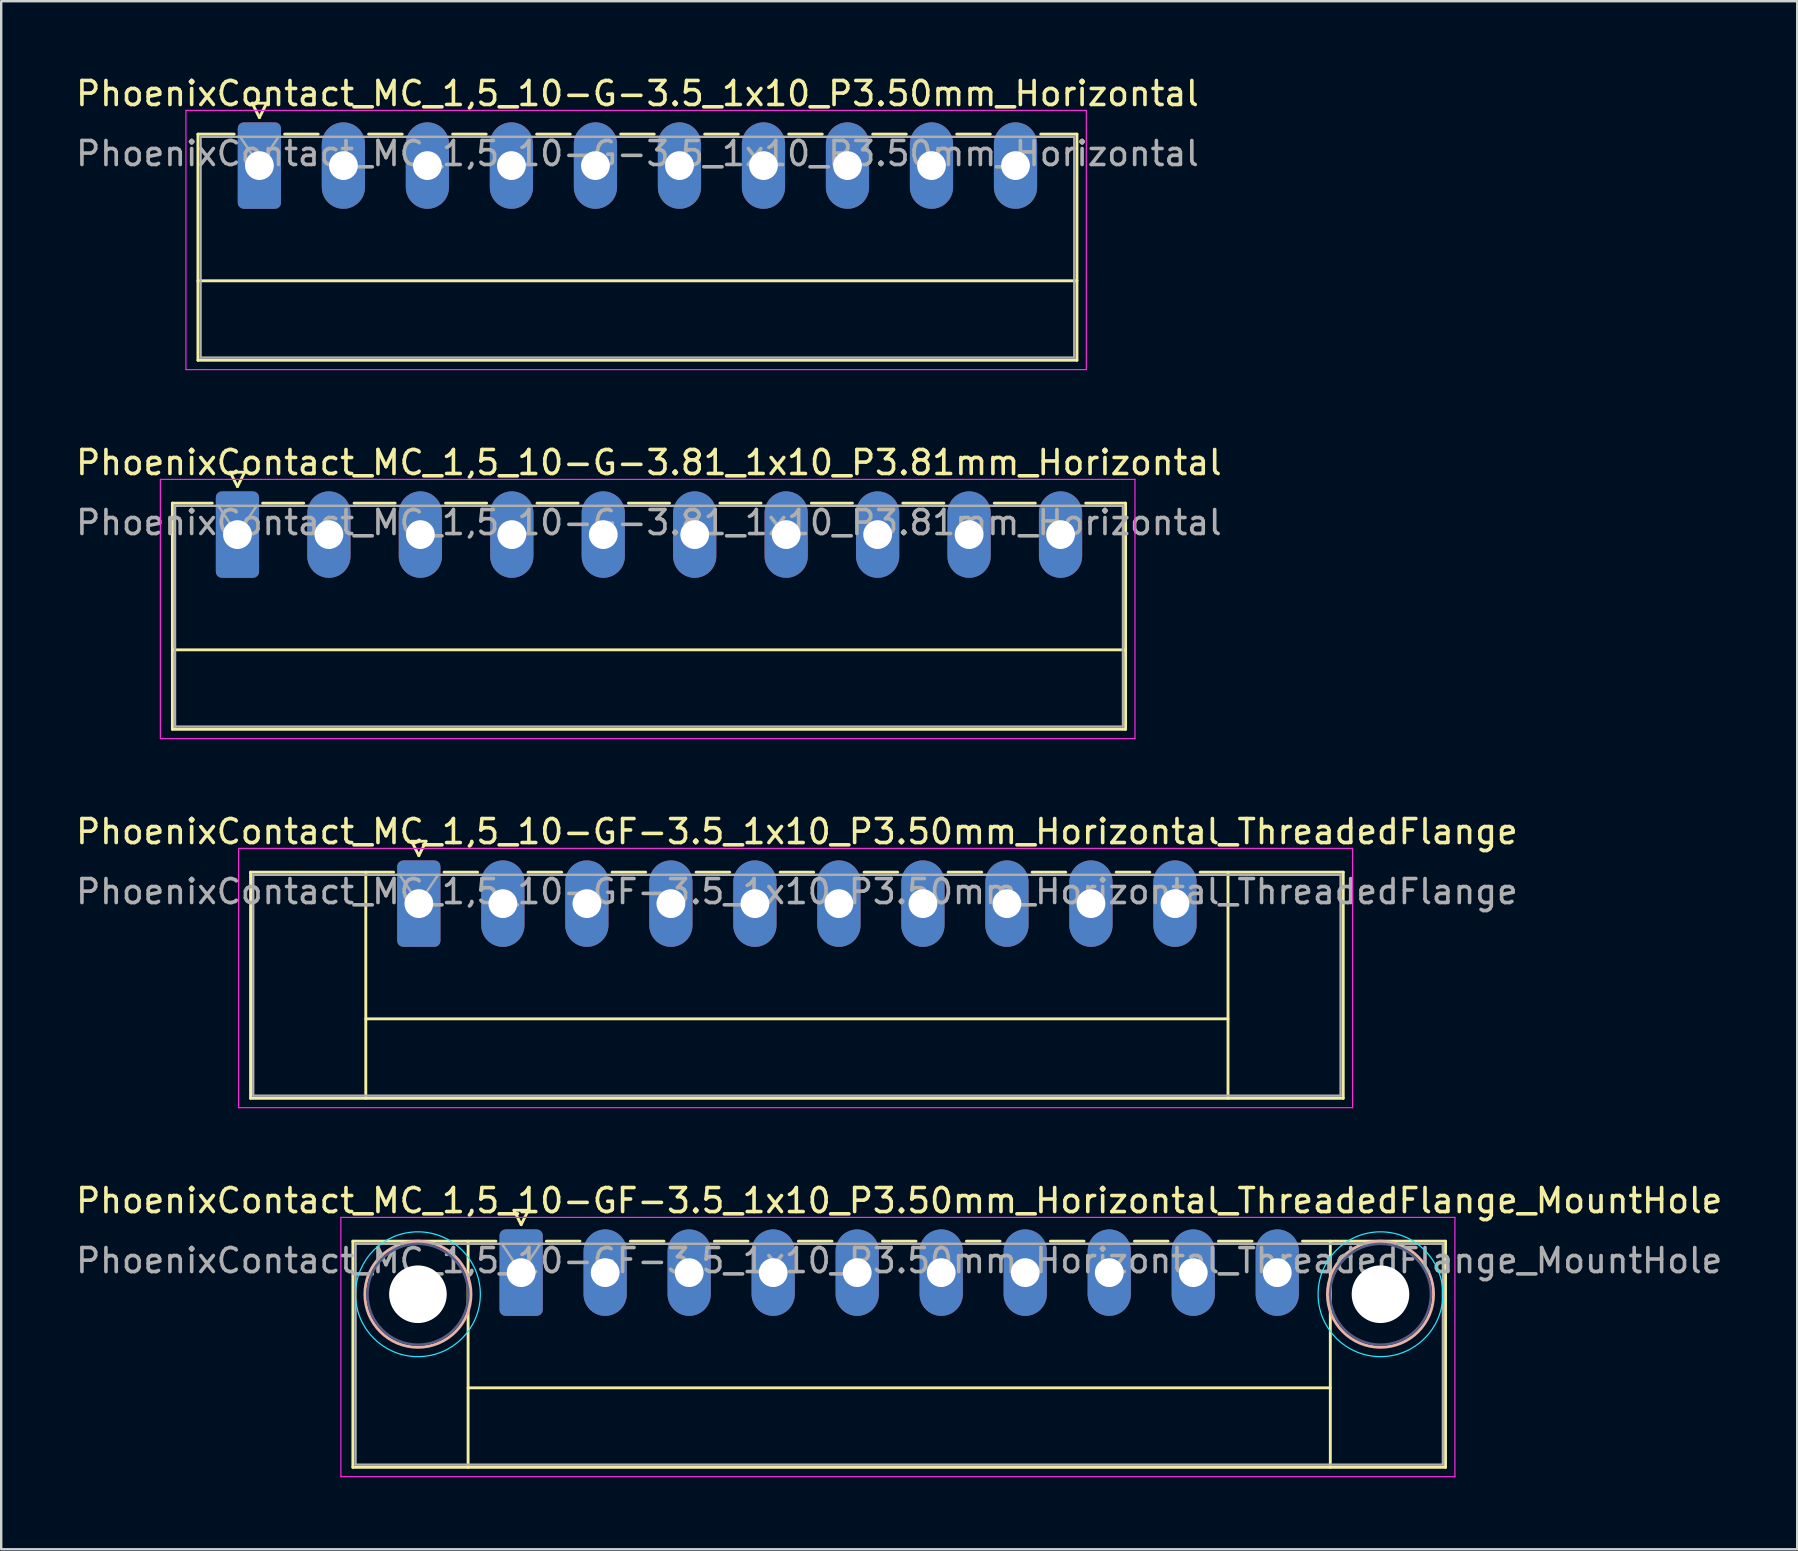
<source format=kicad_pcb>
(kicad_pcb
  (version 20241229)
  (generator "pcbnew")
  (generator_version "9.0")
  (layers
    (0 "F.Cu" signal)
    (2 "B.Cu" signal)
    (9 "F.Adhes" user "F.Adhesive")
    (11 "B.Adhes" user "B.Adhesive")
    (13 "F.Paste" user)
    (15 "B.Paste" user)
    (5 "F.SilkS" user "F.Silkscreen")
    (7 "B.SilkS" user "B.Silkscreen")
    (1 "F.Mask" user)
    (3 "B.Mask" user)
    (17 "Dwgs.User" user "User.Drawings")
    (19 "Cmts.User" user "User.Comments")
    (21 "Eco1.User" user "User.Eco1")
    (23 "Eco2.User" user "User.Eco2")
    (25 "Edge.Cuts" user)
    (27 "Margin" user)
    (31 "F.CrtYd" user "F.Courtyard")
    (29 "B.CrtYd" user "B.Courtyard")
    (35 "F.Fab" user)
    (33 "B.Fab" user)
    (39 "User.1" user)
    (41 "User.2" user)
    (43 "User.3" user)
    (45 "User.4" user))
  (footprint "PhoenixContact_MC_1,5_10-GF-3.5_1x10_P3.50mm_Horizontal_ThreadedFlange"
    (layer "F.Cu")
    (at 14.399 34.595)
    (property "Reference" "PhoenixContact_MC_1,5_10-GF-3.5_1x10_P3.50mm_Horizontal_ThreadedFlange" (at 15.75 -3 0) (layer "F.SilkS") (effects (font (size 1 1) (thickness 0.15))))
    (attr through_hole)
    (fp_line (start -7.01 -1.31) (end -7.01 8.11) (stroke (width 0.12) (type solid)) (layer "F.SilkS"))
    (fp_line (start -7.01 -1.31) (end -1.05 -1.31) (stroke (width 0.12) (type solid)) (layer "F.SilkS"))
    (fp_line (start -7.01 8.11) (end 38.51 8.11) (stroke (width 0.12) (type solid)) (layer "F.SilkS"))
    (fp_line (start -2.21 -1.31) (end -2.21 8.11) (stroke (width 0.12) (type solid)) (layer "F.SilkS"))
    (fp_line (start -2.21 4.8) (end 33.71 4.8) (stroke (width 0.12) (type solid)) (layer "F.SilkS"))
    (fp_line (start -0.3 -2.6) (end 0.3 -2.6) (stroke (width 0.12) (type solid)) (layer "F.SilkS"))
    (fp_line (start 0 -2) (end -0.3 -2.6) (stroke (width 0.12) (type solid)) (layer "F.SilkS"))
    (fp_line (start 0.3 -2.6) (end 0 -2) (stroke (width 0.12) (type solid)) (layer "F.SilkS"))
    (fp_line (start 1.05 -1.31) (end 2.45 -1.31) (stroke (width 0.12) (type solid)) (layer "F.SilkS"))
    (fp_line (start 4.55 -1.31) (end 5.95 -1.31) (stroke (width 0.12) (type solid)) (layer "F.SilkS"))
    (fp_line (start 8.05 -1.31) (end 9.45 -1.31) (stroke (width 0.12) (type solid)) (layer "F.SilkS"))
    (fp_line (start 11.55 -1.31) (end 12.95 -1.31) (stroke (width 0.12) (type solid)) (layer "F.SilkS"))
    (fp_line (start 15.05 -1.31) (end 16.45 -1.31) (stroke (width 0.12) (type solid)) (layer "F.SilkS"))
    (fp_line (start 18.55 -1.31) (end 19.95 -1.31) (stroke (width 0.12) (type solid)) (layer "F.SilkS"))
    (fp_line (start 22.05 -1.31) (end 23.45 -1.31) (stroke (width 0.12) (type solid)) (layer "F.SilkS"))
    (fp_line (start 25.55 -1.31) (end 26.95 -1.31) (stroke (width 0.12) (type solid)) (layer "F.SilkS"))
    (fp_line (start 29.05 -1.31) (end 30.45 -1.31) (stroke (width 0.12) (type solid)) (layer "F.SilkS"))
    (fp_line (start 33.71 -1.31) (end 33.71 8.11) (stroke (width 0.12) (type solid)) (layer "F.SilkS"))
    (fp_line (start 38.51 -1.31) (end 32.55 -1.31) (stroke (width 0.12) (type solid)) (layer "F.SilkS"))
    (fp_line (start 38.51 8.11) (end 38.51 -1.31) (stroke (width 0.12) (type solid)) (layer "F.SilkS"))
    (fp_line (start -7.51 -2.3) (end -7.51 8.5) (stroke (width 0.05) (type solid)) (layer "F.CrtYd"))
    (fp_line (start -7.51 8.5) (end 38.9 8.5) (stroke (width 0.05) (type solid)) (layer "F.CrtYd"))
    (fp_line (start 38.9 -2.3) (end -7.51 -2.3) (stroke (width 0.05) (type solid)) (layer "F.CrtYd"))
    (fp_line (start 38.9 8.5) (end 38.9 -2.3) (stroke (width 0.05) (type solid)) (layer "F.CrtYd"))
    (fp_line (start -6.9 -1.2) (end -6.9 8) (stroke (width 0.1) (type solid)) (layer "F.Fab"))
    (fp_line (start -6.9 8) (end 38.4 8) (stroke (width 0.1) (type solid)) (layer "F.Fab"))
    (fp_line (start 0 0) (end -0.8 -1.2) (stroke (width 0.1) (type solid)) (layer "F.Fab"))
    (fp_line (start 0.8 -1.2) (end 0 0) (stroke (width 0.1) (type solid)) (layer "F.Fab"))
    (fp_line (start 38.4 -1.2) (end -6.9 -1.2) (stroke (width 0.1) (type solid)) (layer "F.Fab"))
    (fp_line (start 38.4 8) (end 38.4 -1.2) (stroke (width 0.1) (type solid)) (layer "F.Fab"))
    (fp_text user "${REFERENCE}" (at 15.75 -0.5 0) (layer "F.Fab") (effects (font (size 1 1) (thickness 0.15))))
    (pad "1" thru_hole roundrect (at 0 0) (size 1.8 3.6) (drill 1.2) (layers "*.Cu" "*.Mask") (roundrect_rratio 0.139))
    (pad "2" thru_hole oval (at 3.5 0) (size 1.8 3.6) (drill 1.2) (layers "*.Cu" "*.Mask"))
    (pad "3" thru_hole oval (at 7 0) (size 1.8 3.6) (drill 1.2) (layers "*.Cu" "*.Mask"))
    (pad "4" thru_hole oval (at 10.5 0) (size 1.8 3.6) (drill 1.2) (layers "*.Cu" "*.Mask"))
    (pad "5" thru_hole oval (at 14 0) (size 1.8 3.6) (drill 1.2) (layers "*.Cu" "*.Mask"))
    (pad "6" thru_hole oval (at 17.5 0) (size 1.8 3.6) (drill 1.2) (layers "*.Cu" "*.Mask"))
    (pad "7" thru_hole oval (at 21 0) (size 1.8 3.6) (drill 1.2) (layers "*.Cu" "*.Mask"))
    (pad "8" thru_hole oval (at 24.5 0) (size 1.8 3.6) (drill 1.2) (layers "*.Cu" "*.Mask"))
    (pad "9" thru_hole oval (at 28 0) (size 1.8 3.6) (drill 1.2) (layers "*.Cu" "*.Mask"))
    (pad "10" thru_hole oval (at 31.5 0) (size 1.8 3.6) (drill 1.2) (layers "*.Cu" "*.Mask")))
  (footprint "PhoenixContact_MC_1,5_10-G-3.81_1x10_P3.81mm_Horizontal"
    (layer "F.Cu")
    (at 6.842 19.221)
    (property "Reference" "PhoenixContact_MC_1,5_10-G-3.81_1x10_P3.81mm_Horizontal" (at 17.14 -3 0) (layer "F.SilkS") (effects (font (size 1 1) (thickness 0.15))))
    (attr through_hole)
    (fp_line (start -2.71 -1.31) (end -2.71 8.11) (stroke (width 0.12) (type solid)) (layer "F.SilkS"))
    (fp_line (start -2.71 -1.31) (end -1.05 -1.31) (stroke (width 0.12) (type solid)) (layer "F.SilkS"))
    (fp_line (start -2.71 4.8) (end 37 4.8) (stroke (width 0.12) (type solid)) (layer "F.SilkS"))
    (fp_line (start -2.71 8.11) (end 37 8.11) (stroke (width 0.12) (type solid)) (layer "F.SilkS"))
    (fp_line (start -0.3 -2.6) (end 0.3 -2.6) (stroke (width 0.12) (type solid)) (layer "F.SilkS"))
    (fp_line (start 0 -2) (end -0.3 -2.6) (stroke (width 0.12) (type solid)) (layer "F.SilkS"))
    (fp_line (start 0.3 -2.6) (end 0 -2) (stroke (width 0.12) (type solid)) (layer "F.SilkS"))
    (fp_line (start 1.05 -1.31) (end 2.76 -1.31) (stroke (width 0.12) (type solid)) (layer "F.SilkS"))
    (fp_line (start 4.86 -1.31) (end 6.57 -1.31) (stroke (width 0.12) (type solid)) (layer "F.SilkS"))
    (fp_line (start 8.67 -1.31) (end 10.38 -1.31) (stroke (width 0.12) (type solid)) (layer "F.SilkS"))
    (fp_line (start 12.48 -1.31) (end 14.19 -1.31) (stroke (width 0.12) (type solid)) (layer "F.SilkS"))
    (fp_line (start 16.29 -1.31) (end 18 -1.31) (stroke (width 0.12) (type solid)) (layer "F.SilkS"))
    (fp_line (start 20.1 -1.31) (end 21.81 -1.31) (stroke (width 0.12) (type solid)) (layer "F.SilkS"))
    (fp_line (start 23.91 -1.31) (end 25.62 -1.31) (stroke (width 0.12) (type solid)) (layer "F.SilkS"))
    (fp_line (start 27.72 -1.31) (end 29.43 -1.31) (stroke (width 0.12) (type solid)) (layer "F.SilkS"))
    (fp_line (start 31.53 -1.31) (end 33.24 -1.31) (stroke (width 0.12) (type solid)) (layer "F.SilkS"))
    (fp_line (start 37 -1.31) (end 35.34 -1.31) (stroke (width 0.12) (type solid)) (layer "F.SilkS"))
    (fp_line (start 37 8.11) (end 37 -1.31) (stroke (width 0.12) (type solid)) (layer "F.SilkS"))
    (fp_line (start -3.21 -2.3) (end -3.21 8.5) (stroke (width 0.05) (type solid)) (layer "F.CrtYd"))
    (fp_line (start -3.21 8.5) (end 37.39 8.5) (stroke (width 0.05) (type solid)) (layer "F.CrtYd"))
    (fp_line (start 37.39 -2.3) (end -3.21 -2.3) (stroke (width 0.05) (type solid)) (layer "F.CrtYd"))
    (fp_line (start 37.39 8.5) (end 37.39 -2.3) (stroke (width 0.05) (type solid)) (layer "F.CrtYd"))
    (fp_line (start -2.6 -1.2) (end -2.6 8) (stroke (width 0.1) (type solid)) (layer "F.Fab"))
    (fp_line (start -2.6 8) (end 36.89 8) (stroke (width 0.1) (type solid)) (layer "F.Fab"))
    (fp_line (start 0 0) (end -0.8 -1.2) (stroke (width 0.1) (type solid)) (layer "F.Fab"))
    (fp_line (start 0.8 -1.2) (end 0 0) (stroke (width 0.1) (type solid)) (layer "F.Fab"))
    (fp_line (start 36.89 -1.2) (end -2.6 -1.2) (stroke (width 0.1) (type solid)) (layer "F.Fab"))
    (fp_line (start 36.89 8) (end 36.89 -1.2) (stroke (width 0.1) (type solid)) (layer "F.Fab"))
    (fp_text user "${REFERENCE}" (at 17.14 -0.5 0) (layer "F.Fab") (effects (font (size 1 1) (thickness 0.15))))
    (pad "1" thru_hole roundrect (at 0 0) (size 1.8 3.6) (drill 1.2) (layers "*.Cu" "*.Mask") (roundrect_rratio 0.139))
    (pad "2" thru_hole oval (at 3.81 0) (size 1.8 3.6) (drill 1.2) (layers "*.Cu" "*.Mask"))
    (pad "3" thru_hole oval (at 7.62 0) (size 1.8 3.6) (drill 1.2) (layers "*.Cu" "*.Mask"))
    (pad "4" thru_hole oval (at 11.43 0) (size 1.8 3.6) (drill 1.2) (layers "*.Cu" "*.Mask"))
    (pad "5" thru_hole oval (at 15.24 0) (size 1.8 3.6) (drill 1.2) (layers "*.Cu" "*.Mask"))
    (pad "6" thru_hole oval (at 19.05 0) (size 1.8 3.6) (drill 1.2) (layers "*.Cu" "*.Mask"))
    (pad "7" thru_hole oval (at 22.86 0) (size 1.8 3.6) (drill 1.2) (layers "*.Cu" "*.Mask"))
    (pad "8" thru_hole oval (at 26.67 0) (size 1.8 3.6) (drill 1.2) (layers "*.Cu" "*.Mask"))
    (pad "9" thru_hole oval (at 30.48 0) (size 1.8 3.6) (drill 1.2) (layers "*.Cu" "*.Mask"))
    (pad "10" thru_hole oval (at 34.29 0) (size 1.8 3.6) (drill 1.2) (layers "*.Cu" "*.Mask")))
  (footprint "PhoenixContact_MC_1,5_10-GF-3.5_1x10_P3.50mm_Horizontal_ThreadedFlange_MountHole"
    (layer "F.Cu")
    (at 18.661 49.968)
    (property "Reference" "PhoenixContact_MC_1,5_10-GF-3.5_1x10_P3.50mm_Horizontal_ThreadedFlange_MountHole" (at 15.75 -3 0) (layer "F.SilkS") (effects (font (size 1 1) (thickness 0.15))))
    (attr through_hole)
    (fp_line (start -7.01 -1.31) (end -7.01 8.11) (stroke (width 0.12) (type solid)) (layer "F.SilkS"))
    (fp_line (start -7.01 -1.31) (end -1.05 -1.31) (stroke (width 0.12) (type solid)) (layer "F.SilkS"))
    (fp_line (start -7.01 8.11) (end 38.51 8.11) (stroke (width 0.12) (type solid)) (layer "F.SilkS"))
    (fp_line (start -2.21 -1.31) (end -2.21 8.11) (stroke (width 0.12) (type solid)) (layer "F.SilkS"))
    (fp_line (start -2.21 4.8) (end 33.71 4.8) (stroke (width 0.12) (type solid)) (layer "F.SilkS"))
    (fp_line (start -0.3 -2.6) (end 0.3 -2.6) (stroke (width 0.12) (type solid)) (layer "F.SilkS"))
    (fp_line (start 0 -2) (end -0.3 -2.6) (stroke (width 0.12) (type solid)) (layer "F.SilkS"))
    (fp_line (start 0.3 -2.6) (end 0 -2) (stroke (width 0.12) (type solid)) (layer "F.SilkS"))
    (fp_line (start 1.05 -1.31) (end 2.45 -1.31) (stroke (width 0.12) (type solid)) (layer "F.SilkS"))
    (fp_line (start 4.55 -1.31) (end 5.95 -1.31) (stroke (width 0.12) (type solid)) (layer "F.SilkS"))
    (fp_line (start 8.05 -1.31) (end 9.45 -1.31) (stroke (width 0.12) (type solid)) (layer "F.SilkS"))
    (fp_line (start 11.55 -1.31) (end 12.95 -1.31) (stroke (width 0.12) (type solid)) (layer "F.SilkS"))
    (fp_line (start 15.05 -1.31) (end 16.45 -1.31) (stroke (width 0.12) (type solid)) (layer "F.SilkS"))
    (fp_line (start 18.55 -1.31) (end 19.95 -1.31) (stroke (width 0.12) (type solid)) (layer "F.SilkS"))
    (fp_line (start 22.05 -1.31) (end 23.45 -1.31) (stroke (width 0.12) (type solid)) (layer "F.SilkS"))
    (fp_line (start 25.55 -1.31) (end 26.95 -1.31) (stroke (width 0.12) (type solid)) (layer "F.SilkS"))
    (fp_line (start 29.05 -1.31) (end 30.45 -1.31) (stroke (width 0.12) (type solid)) (layer "F.SilkS"))
    (fp_line (start 33.71 -1.31) (end 33.71 8.11) (stroke (width 0.12) (type solid)) (layer "F.SilkS"))
    (fp_line (start 38.51 -1.31) (end 32.55 -1.31) (stroke (width 0.12) (type solid)) (layer "F.SilkS"))
    (fp_line (start 38.51 8.11) (end 38.51 -1.31) (stroke (width 0.12) (type solid)) (layer "F.SilkS"))
    (fp_circle (center -4.3 0.9) (end -2.09 0.9) (stroke (width 0.12) (type solid)) (fill no) (layer "B.SilkS"))
    (fp_circle (center 35.8 0.9) (end 38.01 0.9) (stroke (width 0.12) (type solid)) (fill no) (layer "B.SilkS"))
    (fp_circle (center -4.3 0.9) (end -1.7 0.9) (stroke (width 0.05) (type solid)) (fill no) (layer "B.CrtYd"))
    (fp_circle (center 35.8 0.9) (end 38.4 0.9) (stroke (width 0.05) (type solid)) (fill no) (layer "B.CrtYd"))
    (fp_line (start -7.51 -2.3) (end -7.51 8.5) (stroke (width 0.05) (type solid)) (layer "F.CrtYd"))
    (fp_line (start -7.51 8.5) (end 38.9 8.5) (stroke (width 0.05) (type solid)) (layer "F.CrtYd"))
    (fp_line (start 38.9 -2.3) (end -7.51 -2.3) (stroke (width 0.05) (type solid)) (layer "F.CrtYd"))
    (fp_line (start 38.9 8.5) (end 38.9 -2.3) (stroke (width 0.05) (type solid)) (layer "F.CrtYd"))
    (fp_circle (center -4.3 0.9) (end -2.2 0.9) (stroke (width 0.1) (type solid)) (fill no) (layer "B.Fab"))
    (fp_circle (center 35.8 0.9) (end 37.9 0.9) (stroke (width 0.1) (type solid)) (fill no) (layer "B.Fab"))
    (fp_line (start -6.9 -1.2) (end -6.9 8) (stroke (width 0.1) (type solid)) (layer "F.Fab"))
    (fp_line (start -6.9 8) (end 38.4 8) (stroke (width 0.1) (type solid)) (layer "F.Fab"))
    (fp_line (start 0 0) (end -0.8 -1.2) (stroke (width 0.1) (type solid)) (layer "F.Fab"))
    (fp_line (start 0.8 -1.2) (end 0 0) (stroke (width 0.1) (type solid)) (layer "F.Fab"))
    (fp_line (start 38.4 -1.2) (end -6.9 -1.2) (stroke (width 0.1) (type solid)) (layer "F.Fab"))
    (fp_line (start 38.4 8) (end 38.4 -1.2) (stroke (width 0.1) (type solid)) (layer "F.Fab"))
    (fp_text user "${REFERENCE}" (at 15.75 -0.5 0) (layer "F.Fab") (effects (font (size 1 1) (thickness 0.15))))
    (pad "" np_thru_hole circle (at -4.3 0.9) (size 2.4 2.4) (drill 2.4) (layers "*.Cu" "*.Mask"))
    (pad "" np_thru_hole circle (at 35.8 0.9) (size 2.4 2.4) (drill 2.4) (layers "*.Cu" "*.Mask"))
    (pad "1" thru_hole roundrect (at 0 0) (size 1.8 3.6) (drill 1.2) (layers "*.Cu" "*.Mask") (roundrect_rratio 0.139))
    (pad "2" thru_hole oval (at 3.5 0) (size 1.8 3.6) (drill 1.2) (layers "*.Cu" "*.Mask"))
    (pad "3" thru_hole oval (at 7 0) (size 1.8 3.6) (drill 1.2) (layers "*.Cu" "*.Mask"))
    (pad "4" thru_hole oval (at 10.5 0) (size 1.8 3.6) (drill 1.2) (layers "*.Cu" "*.Mask"))
    (pad "5" thru_hole oval (at 14 0) (size 1.8 3.6) (drill 1.2) (layers "*.Cu" "*.Mask"))
    (pad "6" thru_hole oval (at 17.5 0) (size 1.8 3.6) (drill 1.2) (layers "*.Cu" "*.Mask"))
    (pad "7" thru_hole oval (at 21 0) (size 1.8 3.6) (drill 1.2) (layers "*.Cu" "*.Mask"))
    (pad "8" thru_hole oval (at 24.5 0) (size 1.8 3.6) (drill 1.2) (layers "*.Cu" "*.Mask"))
    (pad "9" thru_hole oval (at 28 0) (size 1.8 3.6) (drill 1.2) (layers "*.Cu" "*.Mask"))
    (pad "10" thru_hole oval (at 31.5 0) (size 1.8 3.6) (drill 1.2) (layers "*.Cu" "*.Mask")))
  (footprint "PhoenixContact_MC_1,5_10-G-3.5_1x10_P3.50mm_Horizontal"
    (layer "F.Cu")
    (at 7.756 3.848)
    (property "Reference" "PhoenixContact_MC_1,5_10-G-3.5_1x10_P3.50mm_Horizontal" (at 15.75 -3 0) (layer "F.SilkS") (effects (font (size 1 1) (thickness 0.15))))
    (attr through_hole)
    (fp_line (start -2.56 -1.31) (end -2.56 8.11) (stroke (width 0.12) (type solid)) (layer "F.SilkS"))
    (fp_line (start -2.56 -1.31) (end -1.05 -1.31) (stroke (width 0.12) (type solid)) (layer "F.SilkS"))
    (fp_line (start -2.56 4.8) (end 34.06 4.8) (stroke (width 0.12) (type solid)) (layer "F.SilkS"))
    (fp_line (start -2.56 8.11) (end 34.06 8.11) (stroke (width 0.12) (type solid)) (layer "F.SilkS"))
    (fp_line (start -0.3 -2.6) (end 0.3 -2.6) (stroke (width 0.12) (type solid)) (layer "F.SilkS"))
    (fp_line (start 0 -2) (end -0.3 -2.6) (stroke (width 0.12) (type solid)) (layer "F.SilkS"))
    (fp_line (start 0.3 -2.6) (end 0 -2) (stroke (width 0.12) (type solid)) (layer "F.SilkS"))
    (fp_line (start 1.05 -1.31) (end 2.45 -1.31) (stroke (width 0.12) (type solid)) (layer "F.SilkS"))
    (fp_line (start 4.55 -1.31) (end 5.95 -1.31) (stroke (width 0.12) (type solid)) (layer "F.SilkS"))
    (fp_line (start 8.05 -1.31) (end 9.45 -1.31) (stroke (width 0.12) (type solid)) (layer "F.SilkS"))
    (fp_line (start 11.55 -1.31) (end 12.95 -1.31) (stroke (width 0.12) (type solid)) (layer "F.SilkS"))
    (fp_line (start 15.05 -1.31) (end 16.45 -1.31) (stroke (width 0.12) (type solid)) (layer "F.SilkS"))
    (fp_line (start 18.55 -1.31) (end 19.95 -1.31) (stroke (width 0.12) (type solid)) (layer "F.SilkS"))
    (fp_line (start 22.05 -1.31) (end 23.45 -1.31) (stroke (width 0.12) (type solid)) (layer "F.SilkS"))
    (fp_line (start 25.55 -1.31) (end 26.95 -1.31) (stroke (width 0.12) (type solid)) (layer "F.SilkS"))
    (fp_line (start 29.05 -1.31) (end 30.45 -1.31) (stroke (width 0.12) (type solid)) (layer "F.SilkS"))
    (fp_line (start 34.06 -1.31) (end 32.55 -1.31) (stroke (width 0.12) (type solid)) (layer "F.SilkS"))
    (fp_line (start 34.06 8.11) (end 34.06 -1.31) (stroke (width 0.12) (type solid)) (layer "F.SilkS"))
    (fp_line (start -3.06 -2.3) (end -3.06 8.5) (stroke (width 0.05) (type solid)) (layer "F.CrtYd"))
    (fp_line (start -3.06 8.5) (end 34.45 8.5) (stroke (width 0.05) (type solid)) (layer "F.CrtYd"))
    (fp_line (start 34.45 -2.3) (end -3.06 -2.3) (stroke (width 0.05) (type solid)) (layer "F.CrtYd"))
    (fp_line (start 34.45 8.5) (end 34.45 -2.3) (stroke (width 0.05) (type solid)) (layer "F.CrtYd"))
    (fp_line (start -2.45 -1.2) (end -2.45 8) (stroke (width 0.1) (type solid)) (layer "F.Fab"))
    (fp_line (start -2.45 8) (end 33.95 8) (stroke (width 0.1) (type solid)) (layer "F.Fab"))
    (fp_line (start 0 0) (end -0.8 -1.2) (stroke (width 0.1) (type solid)) (layer "F.Fab"))
    (fp_line (start 0.8 -1.2) (end 0 0) (stroke (width 0.1) (type solid)) (layer "F.Fab"))
    (fp_line (start 33.95 -1.2) (end -2.45 -1.2) (stroke (width 0.1) (type solid)) (layer "F.Fab"))
    (fp_line (start 33.95 8) (end 33.95 -1.2) (stroke (width 0.1) (type solid)) (layer "F.Fab"))
    (fp_text user "${REFERENCE}" (at 15.75 -0.5 0) (layer "F.Fab") (effects (font (size 1 1) (thickness 0.15))))
    (pad "1" thru_hole roundrect (at 0 0) (size 1.8 3.6) (drill 1.2) (layers "*.Cu" "*.Mask") (roundrect_rratio 0.139))
    (pad "2" thru_hole oval (at 3.5 0) (size 1.8 3.6) (drill 1.2) (layers "*.Cu" "*.Mask"))
    (pad "3" thru_hole oval (at 7 0) (size 1.8 3.6) (drill 1.2) (layers "*.Cu" "*.Mask"))
    (pad "4" thru_hole oval (at 10.5 0) (size 1.8 3.6) (drill 1.2) (layers "*.Cu" "*.Mask"))
    (pad "5" thru_hole oval (at 14 0) (size 1.8 3.6) (drill 1.2) (layers "*.Cu" "*.Mask"))
    (pad "6" thru_hole oval (at 17.5 0) (size 1.8 3.6) (drill 1.2) (layers "*.Cu" "*.Mask"))
    (pad "7" thru_hole oval (at 21 0) (size 1.8 3.6) (drill 1.2) (layers "*.Cu" "*.Mask"))
    (pad "8" thru_hole oval (at 24.5 0) (size 1.8 3.6) (drill 1.2) (layers "*.Cu" "*.Mask"))
    (pad "9" thru_hole oval (at 28 0) (size 1.8 3.6) (drill 1.2) (layers "*.Cu" "*.Mask"))
    (pad "10" thru_hole oval (at 31.5 0) (size 1.8 3.6) (drill 1.2) (layers "*.Cu" "*.Mask")))
  (gr_rect
    (start -3 -3)
    (end 71.821 61.493)
    (stroke (width 0.1) (type default))
    (fill no)
    (layer "Edge.Cuts")))
</source>
